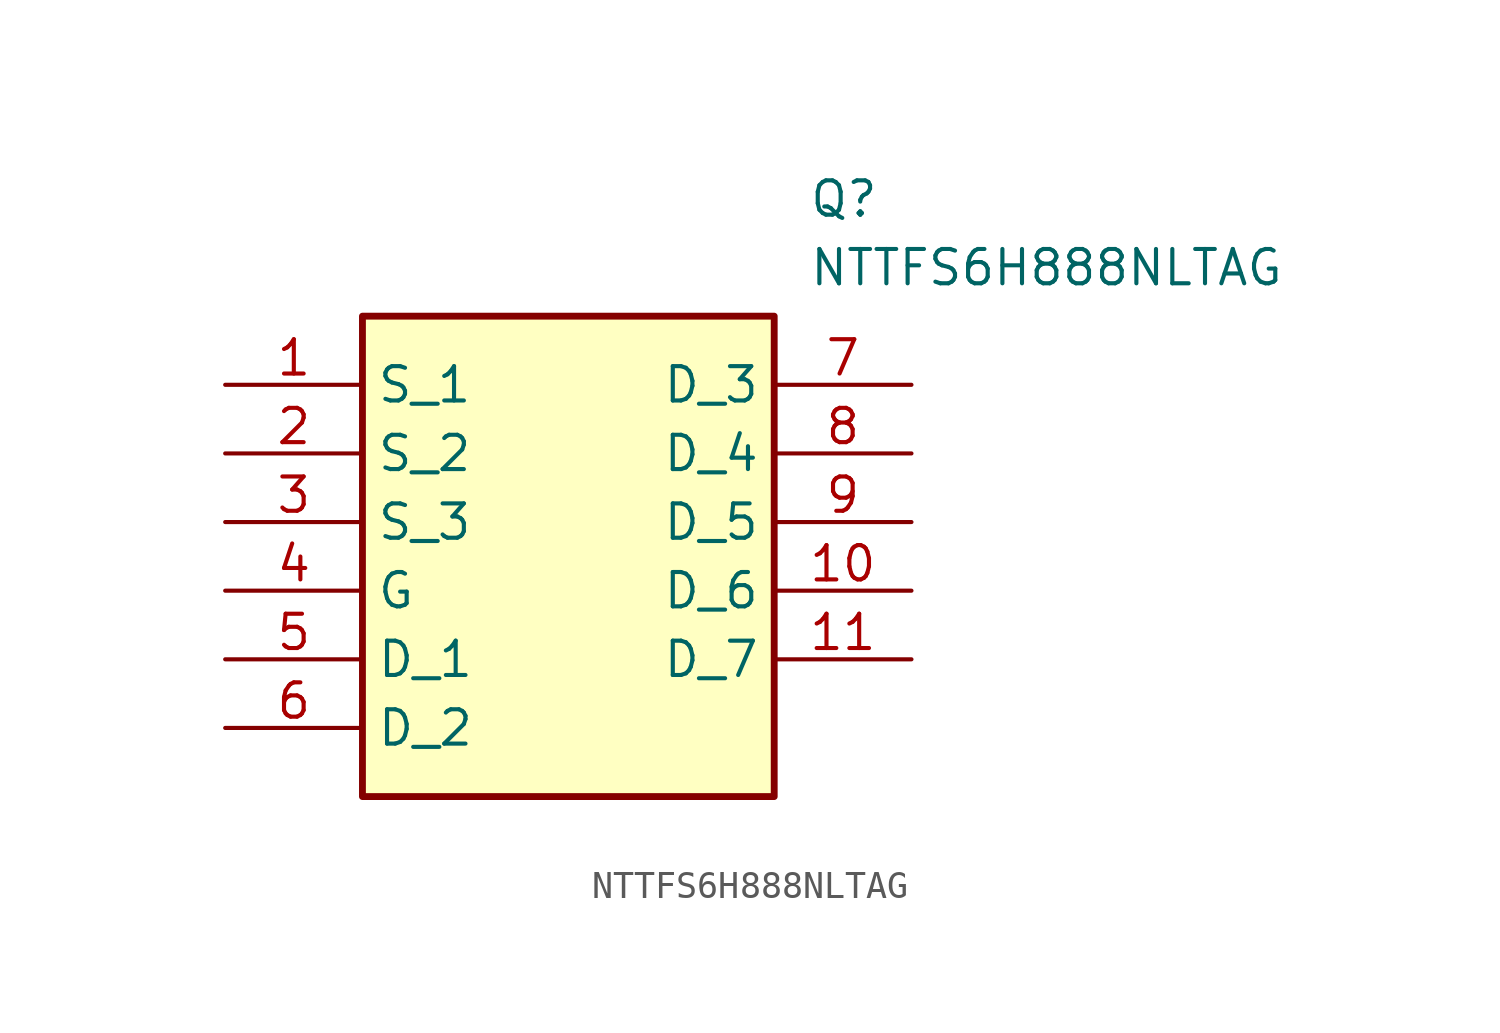
<source format=kicad_sym>
(kicad_symbol_lib
  (version 20211014)
  (generator SamacSys_ECAD_Model)
  (symbol "NTTFS6H888NLTAG"
    (property "Reference" "Q"
      (at 21.59 7.62 0)
      (effects (font (size 1.27 1.27)) (justify left top)))
    (property "Value" "NTTFS6H888NLTAG"
      (at 21.59 5.08 0)
      (effects (font (size 1.27 1.27)) (justify left top)))
    (rectangle
      (start 5.08 2.54)
      (end 20.32 -15.24)
      (stroke (width 0.254) (type default))
      (fill (type background)))
    (pin passive line
      (at 0 0 0)
      (length 5.08)
      (name "S_1" (effects (font (size 1.27 1.27))))
      (number "1" (effects (font (size 1.27 1.27)))))
    (pin passive line
      (at 0 -2.54 0)
      (length 5.08)
      (name "S_2" (effects (font (size 1.27 1.27))))
      (number "2" (effects (font (size 1.27 1.27)))))
    (pin passive line
      (at 0 -5.08 0)
      (length 5.08)
      (name "S_3" (effects (font (size 1.27 1.27))))
      (number "3" (effects (font (size 1.27 1.27)))))
    (pin passive line
      (at 0 -7.62 0)
      (length 5.08)
      (name "G" (effects (font (size 1.27 1.27))))
      (number "4" (effects (font (size 1.27 1.27)))))
    (pin passive line
      (at 0 -10.16 0)
      (length 5.08)
      (name "D_1" (effects (font (size 1.27 1.27))))
      (number "5" (effects (font (size 1.27 1.27)))))
    (pin passive line
      (at 0 -12.7 0)
      (length 5.08)
      (name "D_2" (effects (font (size 1.27 1.27))))
      (number "6" (effects (font (size 1.27 1.27)))))
    (pin passive line
      (at 25.4 0 180)
      (length 5.08)
      (name "D_3" (effects (font (size 1.27 1.27))))
      (number "7" (effects (font (size 1.27 1.27)))))
    (pin passive line
      (at 25.4 -2.54 180)
      (length 5.08)
      (name "D_4" (effects (font (size 1.27 1.27))))
      (number "8" (effects (font (size 1.27 1.27)))))
    (pin passive line
      (at 25.4 -5.08 180)
      (length 5.08)
      (name "D_5" (effects (font (size 1.27 1.27))))
      (number "9" (effects (font (size 1.27 1.27)))))
    (pin passive line
      (at 25.4 -7.62 180)
      (length 5.08)
      (name "D_6" (effects (font (size 1.27 1.27))))
      (number "10" (effects (font (size 1.27 1.27)))))
    (pin passive line
      (at 25.4 -10.16 180)
      (length 5.08)
      (name "D_7" (effects (font (size 1.27 1.27))))
      (number "11" (effects (font (size 1.27 1.27)))))))
</source>
